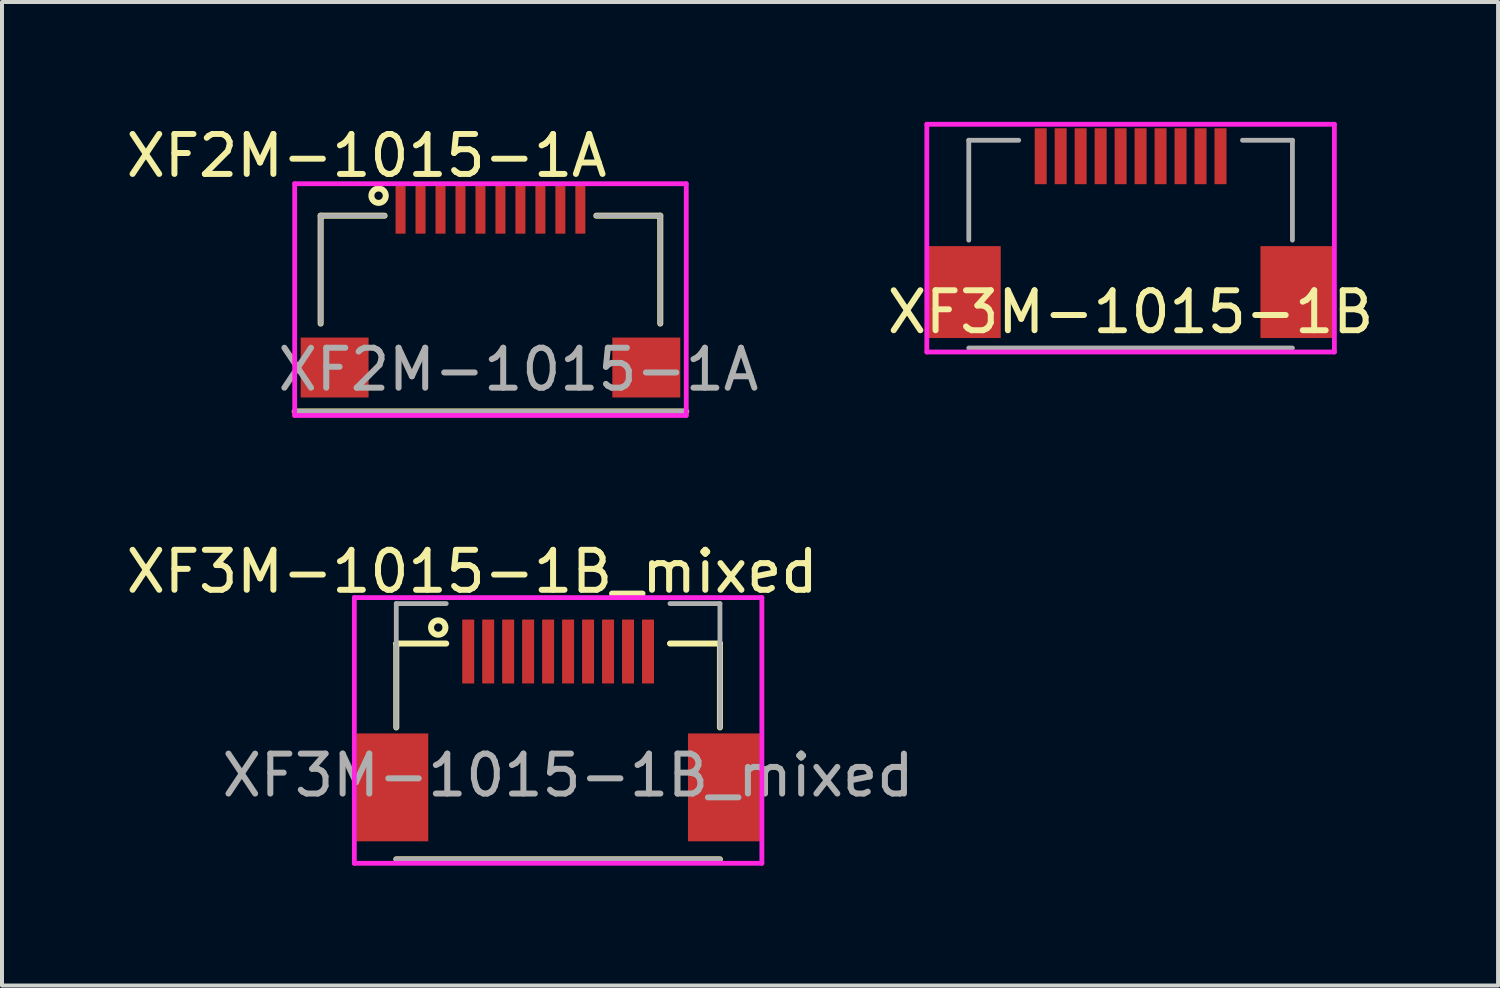
<source format=kicad_pcb>
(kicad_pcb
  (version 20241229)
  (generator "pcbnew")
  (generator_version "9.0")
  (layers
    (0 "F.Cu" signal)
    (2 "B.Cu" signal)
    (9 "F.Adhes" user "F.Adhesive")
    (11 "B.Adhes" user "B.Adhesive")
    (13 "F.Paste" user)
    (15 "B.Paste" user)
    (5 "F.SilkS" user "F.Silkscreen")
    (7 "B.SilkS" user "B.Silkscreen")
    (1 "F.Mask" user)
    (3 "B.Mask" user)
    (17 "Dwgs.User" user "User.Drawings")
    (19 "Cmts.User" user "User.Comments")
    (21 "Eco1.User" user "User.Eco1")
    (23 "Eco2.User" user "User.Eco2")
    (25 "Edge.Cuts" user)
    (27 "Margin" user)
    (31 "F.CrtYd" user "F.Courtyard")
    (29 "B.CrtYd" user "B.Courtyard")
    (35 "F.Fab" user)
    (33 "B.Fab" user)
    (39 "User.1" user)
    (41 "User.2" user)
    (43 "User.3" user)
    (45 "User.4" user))
  (footprint "XF3M-1015-1B"
    (layer "F.Cu")
    (at 25.246 4.26)
    (property "Reference" "XF3M-1015-1B" (at 0 0.5 0) (layer "F.SilkS") (effects (font (size 1 1) (thickness 0.15))))
    (attr through_hole)
    (fp_line (start -5.1 -4.2) (end 5.1 -4.2) (stroke (width 0.12) (type solid)) (layer "F.CrtYd"))
    (fp_line (start -5.1 1.5) (end -5.1 -4.2) (stroke (width 0.12) (type solid)) (layer "F.CrtYd"))
    (fp_line (start -5.1 1.5) (end 5.1 1.5) (stroke (width 0.12) (type solid)) (layer "F.CrtYd"))
    (fp_line (start 5.1 1.5) (end 5.1 -4.2) (stroke (width 0.12) (type solid)) (layer "F.CrtYd"))
    (fp_line (start -4.05 -3.8) (end -2.8 -3.8) (stroke (width 0.12) (type solid)) (layer "F.Fab"))
    (fp_line (start -4.05 -1.3) (end -4.05 -3.8) (stroke (width 0.12) (type solid)) (layer "F.Fab"))
    (fp_line (start 4.05 -3.8) (end 2.8 -3.8) (stroke (width 0.12) (type solid)) (layer "F.Fab"))
    (fp_line (start 4.05 -1.3) (end 4.05 -3.8) (stroke (width 0.12) (type solid)) (layer "F.Fab"))
    (fp_line (start 4.05 1.4) (end -4.05 1.4) (stroke (width 0.12) (type solid)) (layer "F.Fab"))
    (pad "0" smd rect (at -4.15 0) (size 1.8 2.3) (layers "F.Cu" "F.Mask" "F.Paste"))
    (pad "0" smd rect (at 4.15 0) (size 1.8 2.3) (layers "F.Cu" "F.Mask" "F.Paste"))
    (pad "1" smd rect (at -2.25 -3.4) (size 0.3 1.4) (layers "F.Cu" "F.Mask" "F.Paste"))
    (pad "2" smd rect (at -1.75 -3.4) (size 0.3 1.4) (layers "F.Cu" "F.Mask" "F.Paste"))
    (pad "3" smd rect (at -1.25 -3.4) (size 0.3 1.4) (layers "F.Cu" "F.Mask" "F.Paste"))
    (pad "4" smd rect (at -0.75 -3.4) (size 0.3 1.4) (layers "F.Cu" "F.Mask" "F.Paste"))
    (pad "5" smd rect (at -0.25 -3.4) (size 0.3 1.4) (layers "F.Cu" "F.Mask" "F.Paste"))
    (pad "6" smd rect (at 0.25 -3.4) (size 0.3 1.4) (layers "F.Cu" "F.Mask" "F.Paste"))
    (pad "7" smd rect (at 0.75 -3.4) (size 0.3 1.4) (layers "F.Cu" "F.Mask" "F.Paste"))
    (pad "8" smd rect (at 1.25 -3.4) (size 0.3 1.4) (layers "F.Cu" "F.Mask" "F.Paste"))
    (pad "9" smd rect (at 1.75 -3.4) (size 0.3 1.4) (layers "F.Cu" "F.Mask" "F.Paste"))
    (pad "10" smd rect (at 2.25 -3.4) (size 0.3 1.4) (layers "F.Cu" "F.Mask" "F.Paste")))
  (footprint "XF2M-1015-1A"
    (layer "F.Cu")
    (at 9.225 6.148)
    (property "Reference" "XF2M-1015-1A" (at -3.1 -5.3 0) (layer "F.SilkS") (effects (font (size 1 1) (thickness 0.15))))
    (attr smd)
    (fp_line (start -4.25 -3.8) (end -2.65 -3.8) (stroke (width 0.15) (type solid)) (layer "F.SilkS"))
    (fp_line (start -4.25 -1.1) (end -4.25 -3.8) (stroke (width 0.15) (type solid)) (layer "F.SilkS"))
    (fp_line (start 2.65 -3.8) (end 4.25 -3.8) (stroke (width 0.15) (type solid)) (layer "F.SilkS"))
    (fp_line (start 4.25 -3.8) (end 4.25 -1.1) (stroke (width 0.15) (type solid)) (layer "F.SilkS"))
    (fp_line (start 4.9 1.1) (end -4.9 1.1) (stroke (width 0.15) (type solid)) (layer "F.SilkS"))
    (fp_circle (center -2.8 -4.3) (end -2.7 -4.15) (stroke (width 0.15) (type solid)) (fill no) (layer "F.SilkS"))
    (fp_line (start -4.9 -4.6) (end 4.9 -4.6) (stroke (width 0.12) (type solid)) (layer "F.CrtYd"))
    (fp_line (start -4.9 1.2) (end -4.9 -4.6) (stroke (width 0.12) (type solid)) (layer "F.CrtYd"))
    (fp_line (start -4.9 1.2) (end 4.9 1.2) (stroke (width 0.12) (type solid)) (layer "F.CrtYd"))
    (fp_line (start 4.9 1.2) (end 4.9 -4.6) (stroke (width 0.12) (type solid)) (layer "F.CrtYd"))
    (fp_line (start -4.25 -3.8) (end -2.65 -3.8) (stroke (width 0.12) (type solid)) (layer "F.Fab"))
    (fp_line (start -4.25 -1.1) (end -4.25 -3.8) (stroke (width 0.12) (type solid)) (layer "F.Fab"))
    (fp_line (start 4.25 -3.8) (end 2.65 -3.8) (stroke (width 0.12) (type solid)) (layer "F.Fab"))
    (fp_line (start 4.25 -1.1) (end 4.25 -3.8) (stroke (width 0.12) (type solid)) (layer "F.Fab"))
    (fp_line (start 4.9 1.1) (end -4.9 1.1) (stroke (width 0.12) (type solid)) (layer "F.Fab"))
    (fp_text user "${REFERENCE}" (at 0.7 0.05 0) (layer "F.Fab") (effects (font (size 1 1) (thickness 0.15))))
    (pad "0" smd rect (at -3.9 0) (size 1.7 1.5) (layers "F.Cu" "F.Mask" "F.Paste"))
    (pad "0" smd rect (at 3.9 0) (size 1.7 1.5) (layers "F.Cu" "F.Mask" "F.Paste"))
    (pad "1" smd rect (at -2.25 -3.95) (size 0.25 1.2) (layers "F.Cu" "F.Mask" "F.Paste"))
    (pad "2" smd rect (at -1.75 -3.95) (size 0.25 1.2) (layers "F.Cu" "F.Mask" "F.Paste"))
    (pad "3" smd rect (at -1.25 -3.95) (size 0.25 1.2) (layers "F.Cu" "F.Mask" "F.Paste"))
    (pad "4" smd rect (at -0.75 -3.95) (size 0.25 1.2) (layers "F.Cu" "F.Mask" "F.Paste"))
    (pad "5" smd rect (at -0.25 -3.95) (size 0.25 1.2) (layers "F.Cu" "F.Mask" "F.Paste"))
    (pad "6" smd rect (at 0.25 -3.95) (size 0.25 1.2) (layers "F.Cu" "F.Mask" "F.Paste"))
    (pad "7" smd rect (at 0.75 -3.95) (size 0.25 1.2) (layers "F.Cu" "F.Mask" "F.Paste"))
    (pad "8" smd rect (at 1.25 -3.95) (size 0.25 1.2) (layers "F.Cu" "F.Mask" "F.Paste"))
    (pad "9" smd rect (at 1.75 -3.95) (size 0.25 1.2) (layers "F.Cu" "F.Mask" "F.Paste"))
    (pad "10" smd rect (at 2.25 -3.95) (size 0.25 1.2) (layers "F.Cu" "F.Mask" "F.Paste")))
  (footprint "XF3M-1015-1B_mixed"
    (layer "F.Cu")
    (at 10.918 16.456)
    (property "Reference" "XF3M-1015-1B_mixed" (at -2.15 -5.2 0) (layer "F.SilkS") (effects (font (size 1 1) (thickness 0.15))))
    (attr smd)
    (fp_line (start -4.05 -3.4) (end -4.05 -1.3) (stroke (width 0.15) (type solid)) (layer "F.SilkS"))
    (fp_line (start -2.8 -3.4) (end -4.05 -3.4) (stroke (width 0.15) (type solid)) (layer "F.SilkS"))
    (fp_line (start 2.8 -3.4) (end 4.05 -3.4) (stroke (width 0.15) (type solid)) (layer "F.SilkS"))
    (fp_line (start 4.05 -3.4) (end 4.05 -1.3) (stroke (width 0.15) (type solid)) (layer "F.SilkS"))
    (fp_line (start 4.05 2) (end -4.05 2) (stroke (width 0.15) (type solid)) (layer "F.SilkS"))
    (fp_circle (center -3 -3.8) (end -2.85 -3.7) (stroke (width 0.15) (type solid)) (fill no) (layer "F.SilkS"))
    (fp_line (start -5.1 -4.55) (end 5.1 -4.55) (stroke (width 0.12) (type solid)) (layer "F.CrtYd"))
    (fp_line (start -5.1 2.1) (end -5.1 -4.55) (stroke (width 0.12) (type solid)) (layer "F.CrtYd"))
    (fp_line (start -5.1 2.1) (end 5.1 2.1) (stroke (width 0.12) (type solid)) (layer "F.CrtYd"))
    (fp_line (start 5.1 2.1) (end 5.1 -4.55) (stroke (width 0.12) (type solid)) (layer "F.CrtYd"))
    (fp_line (start -4.05 -4.4) (end -2.8 -4.4) (stroke (width 0.12) (type solid)) (layer "F.Fab"))
    (fp_line (start -4.05 -1.3) (end -4.05 -4.4) (stroke (width 0.12) (type solid)) (layer "F.Fab"))
    (fp_line (start 4.05 -4.4) (end 2.8 -4.4) (stroke (width 0.12) (type solid)) (layer "F.Fab"))
    (fp_line (start 4.05 -1.3) (end 4.05 -4.4) (stroke (width 0.12) (type solid)) (layer "F.Fab"))
    (fp_line (start 4.05 2) (end -4.05 2) (stroke (width 0.12) (type solid)) (layer "F.Fab"))
    (fp_text user "${REFERENCE}" (at 0.25 -0.1 0) (layer "F.Fab") (effects (font (size 1 1) (thickness 0.15))))
    (pad "0" smd rect (at -4.15 0.2) (size 1.8 2.7) (layers "F.Cu" "F.Mask" "F.Paste"))
    (pad "0" smd rect (at 4.15 0.2) (size 1.8 2.7) (layers "F.Cu" "F.Mask" "F.Paste"))
    (pad "1" smd rect (at -2.25 -3.2) (size 0.3 1.6) (layers "F.Cu" "F.Mask" "F.Paste"))
    (pad "2" smd rect (at -1.75 -3.2) (size 0.3 1.6) (layers "F.Cu" "F.Mask" "F.Paste"))
    (pad "3" smd rect (at -1.25 -3.2) (size 0.3 1.6) (layers "F.Cu" "F.Mask" "F.Paste"))
    (pad "4" smd rect (at -0.75 -3.2) (size 0.3 1.6) (layers "F.Cu" "F.Mask" "F.Paste"))
    (pad "5" smd rect (at -0.25 -3.2) (size 0.3 1.6) (layers "F.Cu" "F.Mask" "F.Paste"))
    (pad "6" smd rect (at 0.25 -3.2) (size 0.3 1.6) (layers "F.Cu" "F.Mask" "F.Paste"))
    (pad "7" smd rect (at 0.75 -3.2) (size 0.3 1.6) (layers "F.Cu" "F.Mask" "F.Paste"))
    (pad "8" smd rect (at 1.25 -3.2) (size 0.3 1.6) (layers "F.Cu" "F.Mask" "F.Paste"))
    (pad "9" smd rect (at 1.75 -3.2) (size 0.3 1.6) (layers "F.Cu" "F.Mask" "F.Paste"))
    (pad "10" smd rect (at 2.25 -3.2) (size 0.3 1.6) (layers "F.Cu" "F.Mask" "F.Paste")))
  (gr_rect
    (start -3 -3)
    (end 34.443 21.616)
    (stroke (width 0.1) (type default))
    (fill no)
    (layer "Edge.Cuts")))
</source>
